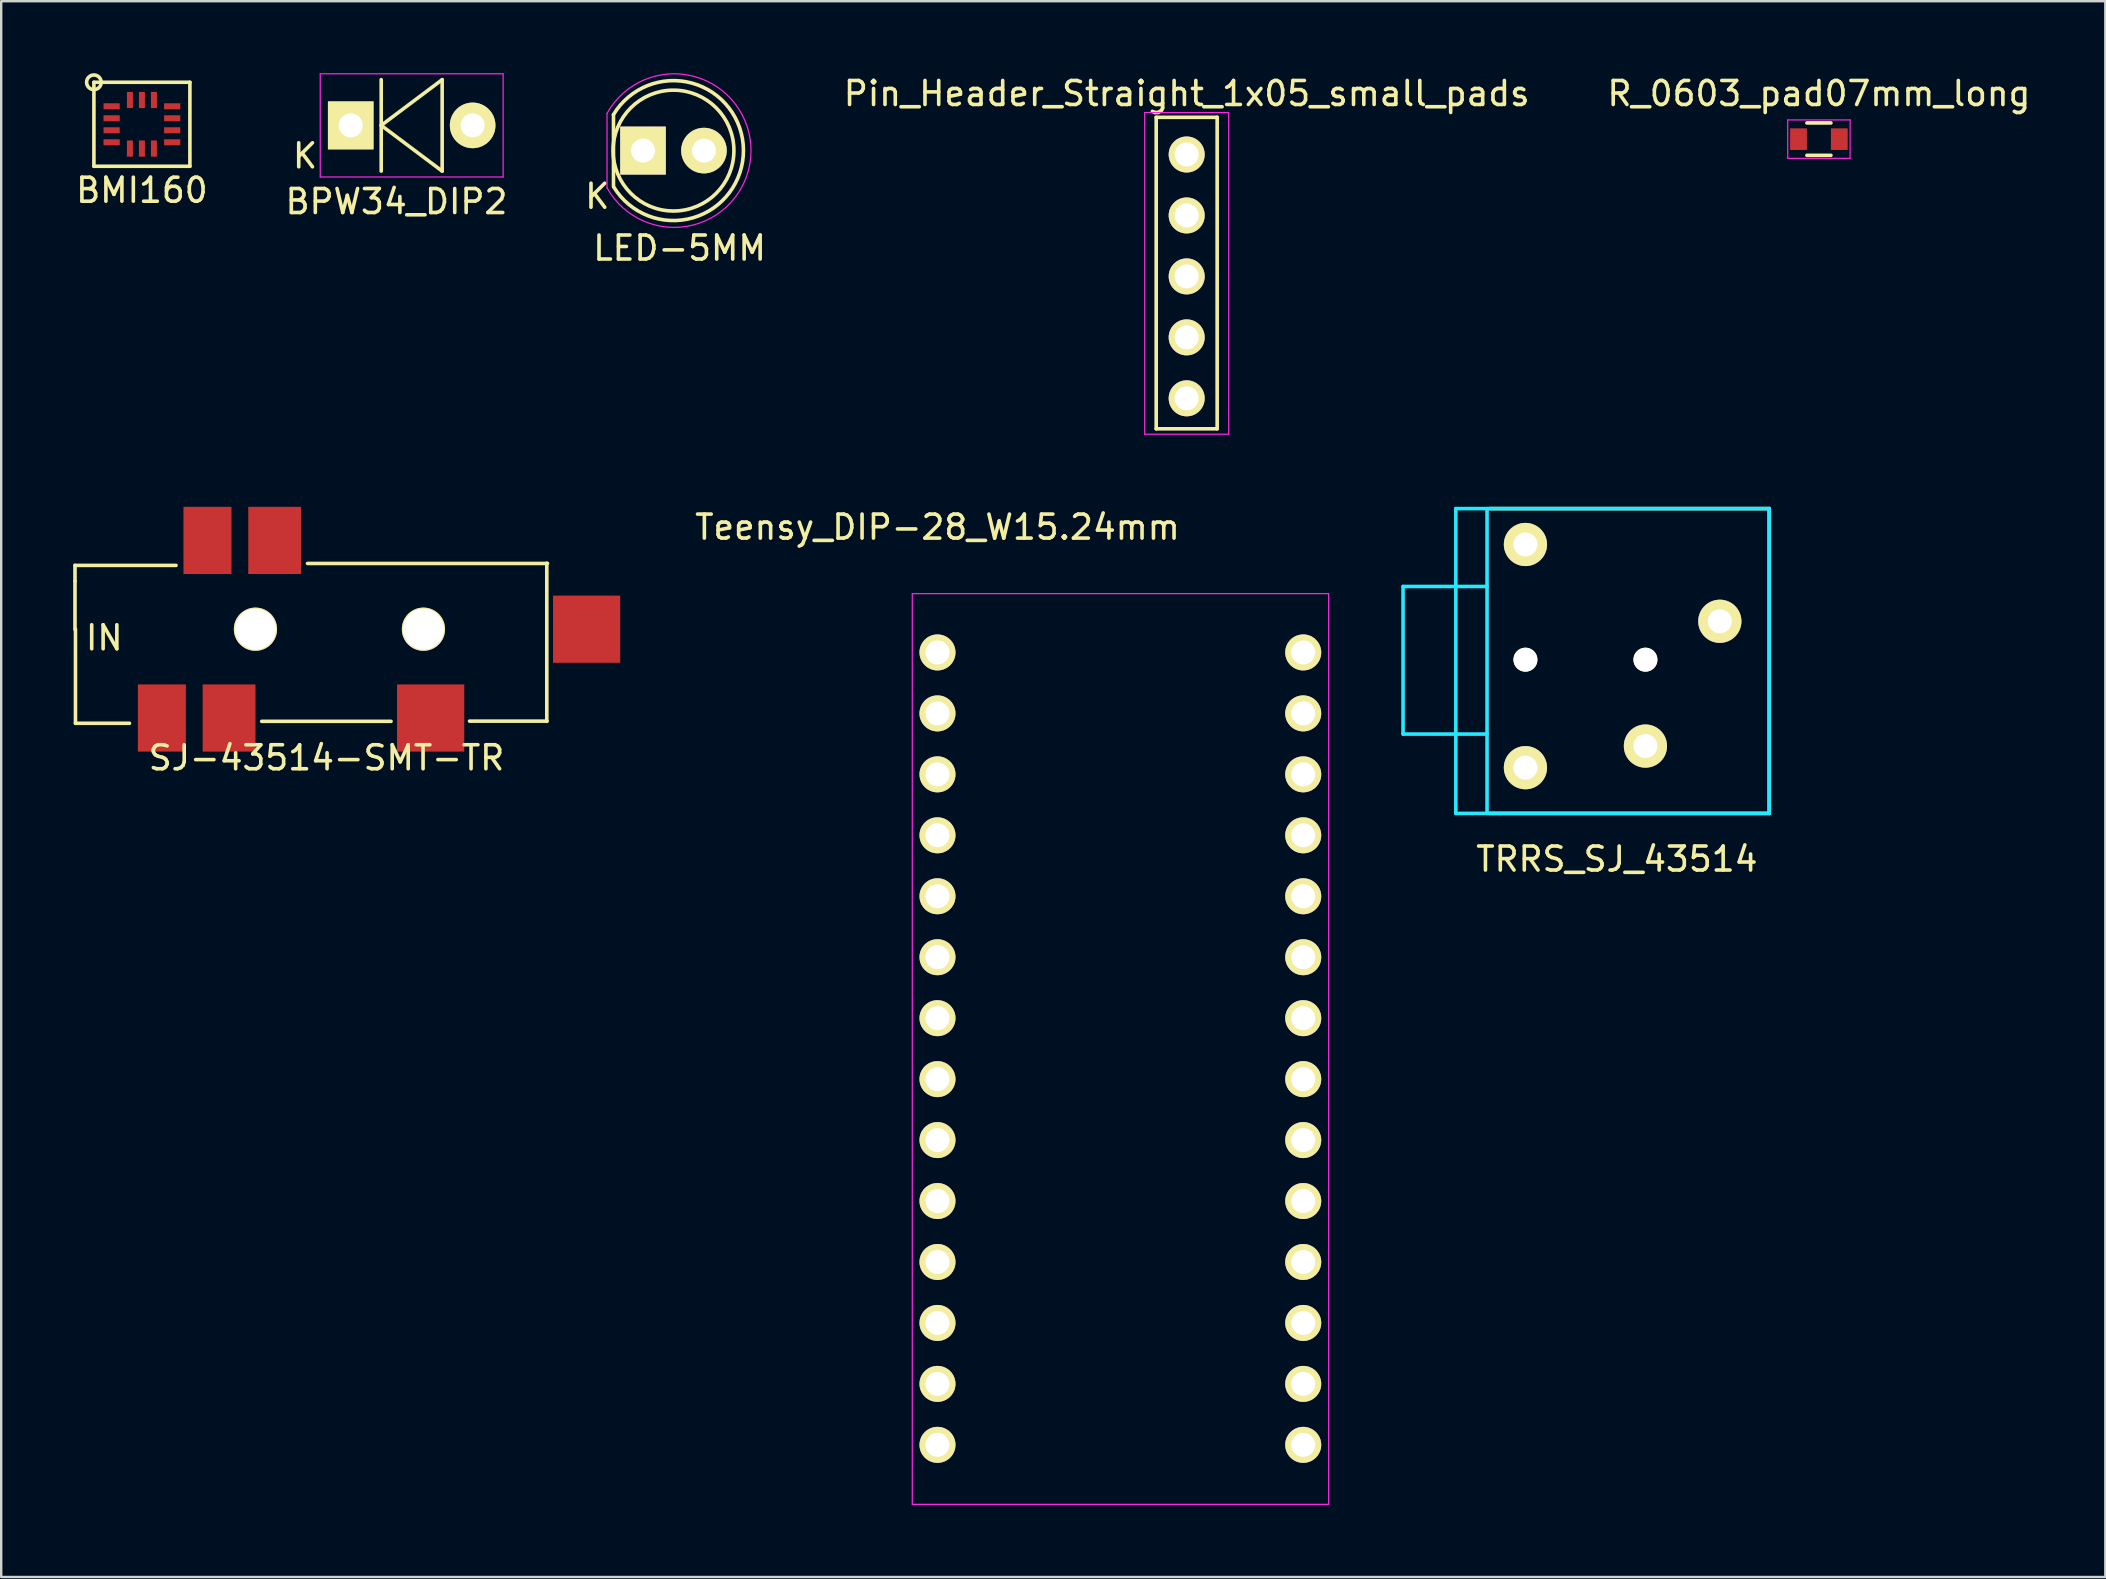
<source format=kicad_pcb>
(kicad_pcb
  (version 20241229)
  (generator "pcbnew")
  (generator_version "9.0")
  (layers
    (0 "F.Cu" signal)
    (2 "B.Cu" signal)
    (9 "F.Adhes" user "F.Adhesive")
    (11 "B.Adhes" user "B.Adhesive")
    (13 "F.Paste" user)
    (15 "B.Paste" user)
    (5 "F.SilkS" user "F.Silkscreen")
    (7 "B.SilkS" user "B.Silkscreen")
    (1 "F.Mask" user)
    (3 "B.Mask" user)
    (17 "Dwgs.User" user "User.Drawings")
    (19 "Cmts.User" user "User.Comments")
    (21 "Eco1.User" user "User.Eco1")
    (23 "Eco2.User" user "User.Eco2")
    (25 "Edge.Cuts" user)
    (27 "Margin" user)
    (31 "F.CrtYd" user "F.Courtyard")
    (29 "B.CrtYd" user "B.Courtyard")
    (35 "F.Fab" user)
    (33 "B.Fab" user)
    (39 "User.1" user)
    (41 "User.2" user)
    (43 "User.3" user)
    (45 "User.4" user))
  (footprint "R_0603_pad07mm_long"
    (layer "F.Cu")
    (at 72.744 2.748)
    (property "Reference" "R_0603_pad07mm_long" (at 0 -1.9 0) (layer "F.SilkS") (effects (font (size 1 1) (thickness 0.15))))
    (attr smd)
    (fp_line (start -0.5 -0.675) (end 0.5 -0.675) (stroke (width 0.15) (type solid)) (layer "F.SilkS"))
    (fp_line (start 0.5 0.675) (end -0.5 0.675) (stroke (width 0.15) (type solid)) (layer "F.SilkS"))
    (fp_line (start -1.3 -0.8) (end -1.3 0.8) (stroke (width 0.05) (type solid)) (layer "F.CrtYd"))
    (fp_line (start -1.3 -0.8) (end 1.3 -0.8) (stroke (width 0.05) (type solid)) (layer "F.CrtYd"))
    (fp_line (start -1.3 0.8) (end 1.3 0.8) (stroke (width 0.05) (type solid)) (layer "F.CrtYd"))
    (fp_line (start 1.3 -0.8) (end 1.3 0.8) (stroke (width 0.05) (type solid)) (layer "F.CrtYd"))
    (pad "1" smd rect (at -0.85 0) (size 0.7 0.9) (layers "F.Cu" "F.Mask" "F.Paste"))
    (pad "2" smd rect (at 0.85 0) (size 0.7 0.9) (layers "F.Cu" "F.Mask" "F.Paste")))
  (footprint "BMI160"
    (layer "F.Cu")
    (at 2.863 2.129)
    (property "Reference" "BMI160" (at 0 2.75 0) (layer "F.SilkS") (effects (font (size 1 1) (thickness 0.15))))
    (attr through_hole)
    (fp_line (start -2 -1.75) (end 2 -1.75) (stroke (width 0.15) (type solid)) (layer "F.SilkS"))
    (fp_line (start -2 1.75) (end -2 -1.75) (stroke (width 0.15) (type solid)) (layer "F.SilkS"))
    (fp_line (start 2 -1.75) (end 2 1.75) (stroke (width 0.15) (type solid)) (layer "F.SilkS"))
    (fp_line (start 2 1.75) (end -2 1.75) (stroke (width 0.15) (type solid)) (layer "F.SilkS"))
    (fp_circle (center -2 -1.75) (end -1.7 -1.7) (stroke (width 0.15) (type solid)) (fill no) (layer "F.SilkS"))
    (pad "1" smd rect (at -1.262 -0.75 180) (size 0.675 0.25) (layers "F.Cu" "F.Mask" "F.Paste"))
    (pad "2" smd rect (at -1.262 -0.25 180) (size 0.675 0.25) (layers "F.Cu" "F.Mask" "F.Paste"))
    (pad "3" smd rect (at -1.262 0.25 180) (size 0.675 0.25) (layers "F.Cu" "F.Mask" "F.Paste"))
    (pad "4" smd rect (at -1.262 0.75 180) (size 0.675 0.25) (layers "F.Cu" "F.Mask" "F.Paste"))
    (pad "5" smd rect (at -0.5 1.012 90) (size 0.675 0.25) (layers "F.Cu" "F.Mask" "F.Paste"))
    (pad "6" smd rect (at 0 1.012 90) (size 0.675 0.25) (layers "F.Cu" "F.Mask" "F.Paste"))
    (pad "7" smd rect (at 0.5 1.012 90) (size 0.675 0.25) (layers "F.Cu" "F.Mask" "F.Paste"))
    (pad "8" smd rect (at 1.262 0.75 180) (size 0.675 0.25) (layers "F.Cu" "F.Mask" "F.Paste"))
    (pad "9" smd rect (at 1.262 0.25 180) (size 0.675 0.25) (layers "F.Cu" "F.Mask" "F.Paste"))
    (pad "10" smd rect (at 1.262 -0.25 180) (size 0.675 0.25) (layers "F.Cu" "F.Mask" "F.Paste"))
    (pad "11" smd rect (at 1.262 -0.75 180) (size 0.675 0.25) (layers "F.Cu" "F.Mask" "F.Paste"))
    (pad "12" smd rect (at 0.5 -1.012 90) (size 0.675 0.25) (layers "F.Cu" "F.Mask" "F.Paste"))
    (pad "13" smd rect (at 0 -1.012 90) (size 0.675 0.25) (layers "F.Cu" "F.Mask" "F.Paste"))
    (pad "14" smd rect (at -0.5 -1.012 90) (size 0.675 0.25) (layers "F.Cu" "F.Mask" "F.Paste")))
  (footprint "Teensy_DIP-28_W15.24mm"
    (layer "F.Cu")
    (at 36.015 24.137)
    (property "Reference" "Teensy_DIP-28_W15.24mm" (at 0 -5.22 0) (layer "F.SilkS") (effects (font (size 1 1) (thickness 0.15))))
    (attr through_hole)
    (fp_line (start -1.05 -2.45) (end -1.05 35.5) (stroke (width 0.05) (type solid)) (layer "F.CrtYd"))
    (fp_line (start -1.05 -2.45) (end 16.3 -2.45) (stroke (width 0.05) (type solid)) (layer "F.CrtYd"))
    (fp_line (start -1.05 35.5) (end 16.3 35.5) (stroke (width 0.05) (type solid)) (layer "F.CrtYd"))
    (fp_line (start 16.3 -2.45) (end 16.3 35.5) (stroke (width 0.05) (type solid)) (layer "F.CrtYd"))
    (pad "1" thru_hole circle (at 0 0) (size 1.5 1.5) (drill 1) (layers "*.Cu" "*.Mask" "F.SilkS"))
    (pad "2" thru_hole circle (at 0 2.54) (size 1.5 1.5) (drill 1) (layers "*.Cu" "*.Mask" "F.SilkS"))
    (pad "3" thru_hole circle (at 0 5.08) (size 1.5 1.5) (drill 1) (layers "*.Cu" "*.Mask" "F.SilkS"))
    (pad "4" thru_hole circle (at 0 7.62) (size 1.5 1.5) (drill 1) (layers "*.Cu" "*.Mask" "F.SilkS"))
    (pad "5" thru_hole circle (at 0 10.16) (size 1.5 1.5) (drill 1) (layers "*.Cu" "*.Mask" "F.SilkS"))
    (pad "6" thru_hole circle (at 0 12.7) (size 1.5 1.5) (drill 1) (layers "*.Cu" "*.Mask" "F.SilkS"))
    (pad "7" thru_hole circle (at 0 15.24) (size 1.5 1.5) (drill 1) (layers "*.Cu" "*.Mask" "F.SilkS"))
    (pad "8" thru_hole circle (at 0 17.78) (size 1.5 1.5) (drill 1) (layers "*.Cu" "*.Mask" "F.SilkS"))
    (pad "9" thru_hole circle (at 0 20.32) (size 1.5 1.5) (drill 1) (layers "*.Cu" "*.Mask" "F.SilkS"))
    (pad "10" thru_hole circle (at 0 22.86) (size 1.5 1.5) (drill 1) (layers "*.Cu" "*.Mask" "F.SilkS"))
    (pad "11" thru_hole circle (at 0 25.4) (size 1.5 1.5) (drill 1) (layers "*.Cu" "*.Mask" "F.SilkS"))
    (pad "12" thru_hole circle (at 0 27.94) (size 1.5 1.5) (drill 1) (layers "*.Cu" "*.Mask" "F.SilkS"))
    (pad "13" thru_hole circle (at 0 30.48) (size 1.5 1.5) (drill 1) (layers "*.Cu" "*.Mask" "F.SilkS"))
    (pad "14" thru_hole circle (at 0 33.02) (size 1.5 1.5) (drill 1) (layers "*.Cu" "*.Mask" "F.SilkS"))
    (pad "15" thru_hole circle (at 15.24 33.02) (size 1.5 1.5) (drill 1) (layers "*.Cu" "*.Mask" "F.SilkS"))
    (pad "16" thru_hole circle (at 15.24 30.48) (size 1.5 1.5) (drill 1) (layers "*.Cu" "*.Mask" "F.SilkS"))
    (pad "17" thru_hole circle (at 15.24 27.94) (size 1.5 1.5) (drill 1) (layers "*.Cu" "*.Mask" "F.SilkS"))
    (pad "18" thru_hole circle (at 15.24 25.4) (size 1.5 1.5) (drill 1) (layers "*.Cu" "*.Mask" "F.SilkS"))
    (pad "19" thru_hole circle (at 15.24 22.86) (size 1.5 1.5) (drill 1) (layers "*.Cu" "*.Mask" "F.SilkS"))
    (pad "20" thru_hole circle (at 15.24 20.32) (size 1.5 1.5) (drill 1) (layers "*.Cu" "*.Mask" "F.SilkS"))
    (pad "21" thru_hole circle (at 15.24 17.78) (size 1.5 1.5) (drill 1) (layers "*.Cu" "*.Mask" "F.SilkS"))
    (pad "22" thru_hole circle (at 15.24 15.24) (size 1.5 1.5) (drill 1) (layers "*.Cu" "*.Mask" "F.SilkS"))
    (pad "23" thru_hole circle (at 15.24 12.7) (size 1.5 1.5) (drill 1) (layers "*.Cu" "*.Mask" "F.SilkS"))
    (pad "24" thru_hole circle (at 15.24 10.16) (size 1.5 1.5) (drill 1) (layers "*.Cu" "*.Mask" "F.SilkS"))
    (pad "25" thru_hole circle (at 15.24 7.62) (size 1.5 1.5) (drill 1) (layers "*.Cu" "*.Mask" "F.SilkS"))
    (pad "26" thru_hole circle (at 15.24 5.08) (size 1.5 1.5) (drill 1) (layers "*.Cu" "*.Mask" "F.SilkS"))
    (pad "27" thru_hole circle (at 15.24 2.54) (size 1.5 1.5) (drill 1) (layers "*.Cu" "*.Mask" "F.SilkS"))
    (pad "28" thru_hole circle (at 15.24 0) (size 1.5 1.5) (drill 1) (layers "*.Cu" "*.Mask" "F.SilkS")))
  (footprint "SJ-43514-SMT-TR"
    (layer "F.Cu")
    (at 11.095 23.169)
    (property "Reference" "SJ-43514-SMT-TR" (at -0.54 5.36 0) (layer "F.SilkS") (effects (font (size 1 1) (thickness 0.15))))
    (attr through_hole)
    (fp_line (start -11.02 -2.66) (end -6.81 -2.66) (stroke (width 0.15) (type solid)) (layer "F.SilkS"))
    (fp_line (start -11.02 -2) (end -11.02 -2.66) (stroke (width 0.15) (type solid)) (layer "F.SilkS"))
    (fp_line (start -11.02 0.01) (end -11.02 -2) (stroke (width 0.15) (type solid)) (layer "F.SilkS"))
    (fp_line (start -11 0) (end -11 3.92) (stroke (width 0.15) (type solid)) (layer "F.SilkS"))
    (fp_line (start -11 3.92) (end -8.75 3.92) (stroke (width 0.15) (type solid)) (layer "F.SilkS"))
    (fp_line (start -3.24 3.84) (end 2.15 3.84) (stroke (width 0.15) (type solid)) (layer "F.SilkS"))
    (fp_line (start -1.33 -2.74) (end 8.67 -2.74) (stroke (width 0.15) (type solid)) (layer "F.SilkS"))
    (fp_line (start 5.42 3.83) (end 8.65 3.83) (stroke (width 0.15) (type solid)) (layer "F.SilkS"))
    (fp_line (start 8.64 -2.75) (end 8.64 3.84) (stroke (width 0.15) (type solid)) (layer "F.SilkS"))
    (fp_text user "IN" (at -9.8 0.36 0) (layer "F.SilkS") (effects (font (size 1 1) (thickness 0.15))))
    (pad "1" smd rect (at -7.4 3.7) (size 2 2.8) (layers "F.Cu" "F.Mask" "F.Paste"))
    (pad "2" smd rect (at 3.8 3.7) (size 2.8 2.8) (layers "F.Cu" "F.Mask" "F.Paste"))
    (pad "3" smd rect (at -2.7 -3.7) (size 2.2 2.8) (layers "F.Cu" "F.Mask" "F.Paste"))
    (pad "4" smd rect (at -4.6 3.7) (size 2.2 2.8) (layers "F.Cu" "F.Mask" "F.Paste"))
    (pad "5" smd rect (at 10.3 0) (size 2.8 2.8) (layers "F.Cu" "F.Mask" "F.Paste"))
    (pad "6" smd rect (at -5.5 -3.7) (size 2 2.8) (layers "F.Cu" "F.Mask" "F.Paste"))
    (pad "~" thru_hole circle (at -3.5 0) (size 1.8 1.8) (drill 1.7) (layers "*.Cu" "*.Mask" "F.SilkS"))
    (pad "~" thru_hole circle (at 3.5 0) (size 1.8 1.8) (drill 1.7) (layers "*.Cu" "*.Mask" "F.SilkS")))
  (footprint "LED-5MM"
    (layer "F.Cu")
    (at 23.744 3.225)
    (property "Reference" "LED-5MM" (at 1.524 4.064 0) (layer "F.SilkS") (effects (font (size 1 1) (thickness 0.15))))
    (attr through_hole)
    (fp_line (start -1.23 1.5) (end -1.23 -1.5) (stroke (width 0.15) (type solid)) (layer "F.SilkS"))
    (fp_arc (start -1.23 -1.5) (mid 4.18544 -0.014565) (end -1.214888 1.524904) (stroke (width 0.15) (type solid)) (layer "F.SilkS"))
    (fp_circle (center 1.27 0) (end 0.97 -2.5) (stroke (width 0.15) (type solid)) (fill no) (layer "F.SilkS"))
    (fp_line (start -1.5 -1.55) (end -1.5 1.55) (stroke (width 0.05) (type solid)) (layer "F.CrtYd"))
    (fp_arc (start -1.498248 -1.55316) (mid 4.50039 0.001807) (end -1.5 1.55) (stroke (width 0.05) (type solid)) (layer "F.CrtYd"))
    (fp_text user "K" (at -1.905 1.905 0) (layer "F.SilkS") (effects (font (size 1 1) (thickness 0.15))))
    (pad "1" thru_hole rect (at 0 0 90) (size 2 1.9) (drill 1) (layers "*.Cu" "*.Mask" "F.SilkS"))
    (pad "2" thru_hole circle (at 2.54 0) (size 1.9 1.9) (drill 1) (layers "*.Cu" "*.Mask" "F.SilkS")))
  (footprint "Pin_Header_Straight_1x05_small_pads"
    (layer "F.Cu")
    (at 46.399 3.388)
    (property "Reference" "Pin_Header_Straight_1x05_small_pads" (at 0 -2.54 0) (layer "F.SilkS") (effects (font (size 1 1) (thickness 0.15))))
    (attr through_hole)
    (fp_line (start -1.27 -1.55) (end 1.27 -1.55) (stroke (width 0.15) (type solid)) (layer "F.SilkS"))
    (fp_line (start -1.27 11.43) (end -1.27 -1.55) (stroke (width 0.15) (type solid)) (layer "F.SilkS"))
    (fp_line (start 1.27 -1.55) (end 1.27 11.43) (stroke (width 0.15) (type solid)) (layer "F.SilkS"))
    (fp_line (start 1.27 11.43) (end -1.27 11.43) (stroke (width 0.15) (type solid)) (layer "F.SilkS"))
    (fp_line (start -1.75 -1.75) (end -1.75 11.656) (stroke (width 0.05) (type solid)) (layer "F.CrtYd"))
    (fp_line (start -1.75 -1.75) (end 1.75 -1.75) (stroke (width 0.05) (type solid)) (layer "F.CrtYd"))
    (fp_line (start -1.75 11.656) (end 1.75 11.656) (stroke (width 0.05) (type solid)) (layer "F.CrtYd"))
    (fp_line (start 1.75 -1.75) (end 1.75 11.656) (stroke (width 0.05) (type solid)) (layer "F.CrtYd"))
    (pad "1" thru_hole circle (at 0 0) (size 1.5 1.5) (drill 1) (layers "*.Cu" "*.Mask" "F.SilkS"))
    (pad "2" thru_hole circle (at 0 2.54) (size 1.5 1.5) (drill 1) (layers "*.Cu" "*.Mask" "F.SilkS"))
    (pad "3" thru_hole circle (at 0 5.08) (size 1.5 1.5) (drill 1) (layers "*.Cu" "*.Mask" "F.SilkS"))
    (pad "4" thru_hole circle (at 0 7.62) (size 1.5 1.5) (drill 1) (layers "*.Cu" "*.Mask" "F.SilkS"))
    (pad "5" thru_hole circle (at 0 10.16) (size 1.5 1.5) (drill 1) (layers "*.Cu" "*.Mask" "F.SilkS")))
  (footprint "BPW34_DIP2"
    (layer "F.Cu")
    (at 11.565 2.175)
    (property "Reference" "BPW34_DIP2" (at 1.905 3.175 0) (layer "F.SilkS") (effects (font (size 1 1) (thickness 0.15))))
    (attr through_hole)
    (fp_line (start 1.27 -1.905) (end 1.27 1.905) (stroke (width 0.15) (type solid)) (layer "F.SilkS"))
    (fp_line (start 1.27 0) (end 3.81 1.905) (stroke (width 0.15) (type solid)) (layer "F.SilkS"))
    (fp_line (start 3.81 -1.905) (end 1.27 0) (stroke (width 0.15) (type solid)) (layer "F.SilkS"))
    (fp_line (start 3.81 1.905) (end 3.81 -1.905) (stroke (width 0.15) (type solid)) (layer "F.SilkS"))
    (fp_line (start -1.27 -2.15) (end 6.35 -2.15) (stroke (width 0.05) (type solid)) (layer "F.CrtYd"))
    (fp_line (start -1.27 2.15) (end -1.27 -2.15) (stroke (width 0.05) (type solid)) (layer "F.CrtYd"))
    (fp_line (start 6.35 -2.15) (end 6.35 2.15) (stroke (width 0.05) (type solid)) (layer "F.CrtYd"))
    (fp_line (start 6.35 2.15) (end -1.27 2.15) (stroke (width 0.05) (type solid)) (layer "F.CrtYd"))
    (fp_text user "K" (at -1.905 1.27 0) (layer "F.SilkS") (effects (font (size 1 1) (thickness 0.15))))
    (pad "1" thru_hole rect (at 0 0 90) (size 2 1.9) (drill 1) (layers "*.Cu" "*.Mask" "F.SilkS"))
    (pad "2" thru_hole circle (at 5.08 0) (size 1.9 1.9) (drill 1) (layers "*.Cu" "*.Mask" "F.SilkS")))
  (footprint "TRRS_SJ_43514"
    (layer "F.Cu")
    (at 60.515 28.939)
    (property "Reference" "TRRS_SJ_43514" (at 3.81 3.81 180) (layer "F.SilkS") (effects (font (size 1 1) (thickness 0.15))))
    (attr through_hole)
    (fp_line (start -1.5 1.905) (end 10.16 1.905) (stroke (width 0.15) (type solid)) (layer "F.SilkS"))
    (fp_line (start 10.16 -10.795) (end -1.5 -10.795) (stroke (width 0.15) (type solid)) (layer "F.SilkS"))
    (fp_line (start 10.16 1.905) (end 10.16 -10.795) (stroke (width 0.15) (type solid)) (layer "F.SilkS"))
    (fp_line (start -5.1 -7.55) (end -1.6 -7.55) (stroke (width 0.15) (type solid)) (layer "B.CrtYd"))
    (fp_line (start -5.1 -1.4) (end -5.1 -7.55) (stroke (width 0.15) (type solid)) (layer "B.CrtYd"))
    (fp_line (start -2.9 -10.795) (end 10.16 -10.795) (stroke (width 0.15) (type solid)) (layer "B.CrtYd"))
    (fp_line (start -2.9 1.905) (end -2.9 -10.795) (stroke (width 0.15) (type solid)) (layer "B.CrtYd"))
    (fp_line (start -1.6 -1.4) (end -5.1 -1.4) (stroke (width 0.15) (type solid)) (layer "B.CrtYd"))
    (fp_line (start -1.6 1.905) (end -1.6 -10.795) (stroke (width 0.15) (type solid)) (layer "B.CrtYd"))
    (fp_line (start 10.16 -10.795) (end 10.16 1.905) (stroke (width 0.15) (type solid)) (layer "B.CrtYd"))
    (fp_line (start 10.16 1.905) (end -2.9 1.905) (stroke (width 0.15) (type solid)) (layer "B.CrtYd"))
    (pad "" np_thru_hole circle (at 0 -4.5) (size 1 1) (drill 1) (layers "*.Cu" "*.Mask" "F.SilkS"))
    (pad "" np_thru_hole circle (at 5 -4.5) (size 1 1) (drill 1) (layers "*.Cu" "*.Mask" "F.SilkS"))
    (pad "1" thru_hole circle (at 0 -9.3) (size 1.8 1.8) (drill 1) (layers "*.Cu" "*.Mask" "F.SilkS"))
    (pad "2" thru_hole circle (at 5 -0.9) (size 1.8 1.8) (drill 1) (layers "*.Cu" "*.Mask" "F.SilkS"))
    (pad "3" thru_hole circle (at 8.1 -6.1) (size 1.8 1.8) (drill 1) (layers "*.Cu" "*.Mask" "F.SilkS"))
    (pad "4" thru_hole circle (at 0 0) (size 1.8 1.8) (drill 1) (layers "*.Cu" "*.Mask" "F.SilkS")))
  (gr_rect
    (start -3 -3)
    (end 84.679 62.663)
    (stroke (width 0.1) (type default))
    (fill no)
    (layer "Edge.Cuts")))
</source>
